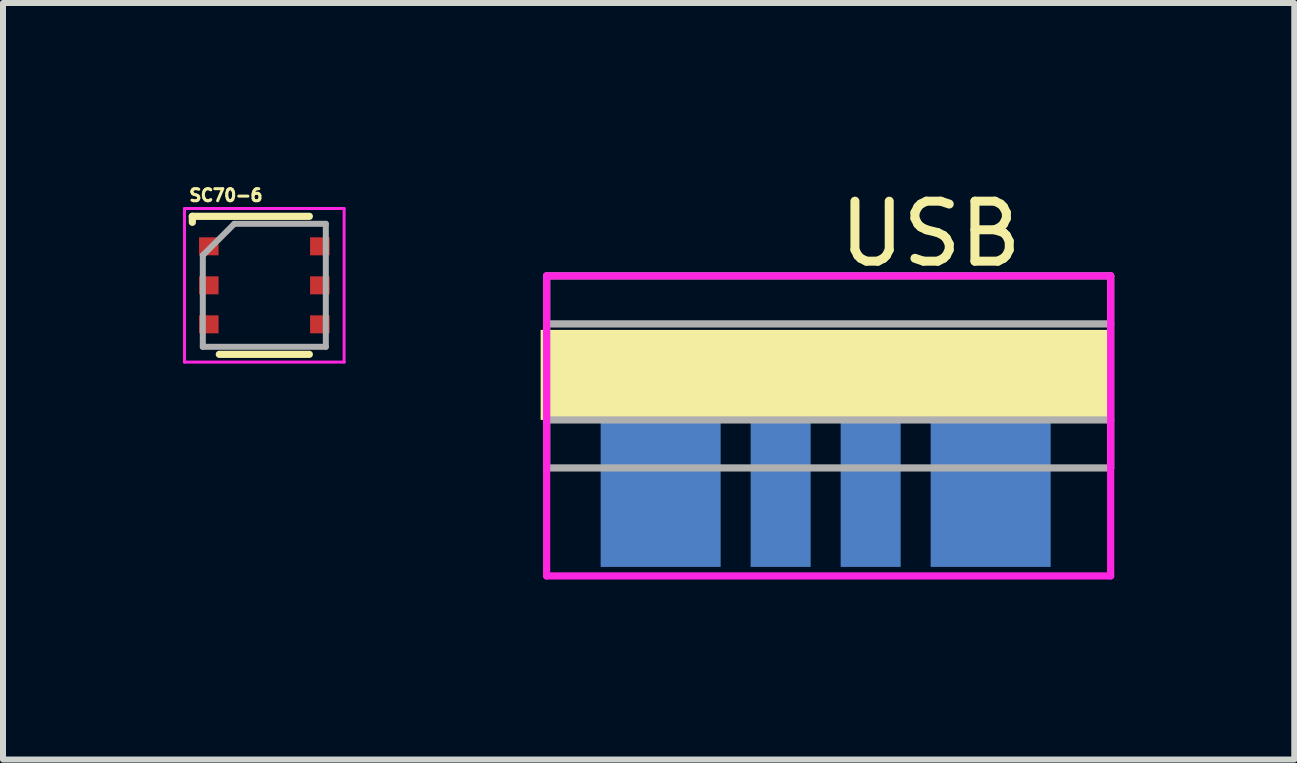
<source format=kicad_pcb>
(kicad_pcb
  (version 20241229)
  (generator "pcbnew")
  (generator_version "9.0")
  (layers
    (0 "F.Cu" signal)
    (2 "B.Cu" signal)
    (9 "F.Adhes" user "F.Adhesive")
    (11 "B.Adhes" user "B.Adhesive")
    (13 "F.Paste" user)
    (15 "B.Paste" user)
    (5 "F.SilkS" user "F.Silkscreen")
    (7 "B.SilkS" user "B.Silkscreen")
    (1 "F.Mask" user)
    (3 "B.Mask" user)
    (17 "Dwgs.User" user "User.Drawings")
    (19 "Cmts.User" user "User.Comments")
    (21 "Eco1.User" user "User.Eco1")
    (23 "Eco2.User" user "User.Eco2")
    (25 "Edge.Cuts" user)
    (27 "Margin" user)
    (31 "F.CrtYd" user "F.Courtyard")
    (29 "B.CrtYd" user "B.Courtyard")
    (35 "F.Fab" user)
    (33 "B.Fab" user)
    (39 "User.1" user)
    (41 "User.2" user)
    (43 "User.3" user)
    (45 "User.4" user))
  (footprint "USB"
    (layer "F.Cu")
    (at 5.96 1.548)
    (property "Reference" "USB" (at 6.5 -0.7 0) (layer "F.SilkS") (effects (font (size 1 1) (thickness 0.15))))
    (attr through_hole)
    (fp_line (start 0.1 0) (end 9.5 0) (stroke (width 0.12) (type solid)) (layer "F.CrtYd"))
    (fp_line (start 0.1 5) (end 0.1 0) (stroke (width 0.12) (type solid)) (layer "F.CrtYd"))
    (fp_line (start 9.5 0) (end 9.5 5) (stroke (width 0.12) (type solid)) (layer "F.CrtYd"))
    (fp_line (start 9.5 5) (end 0.1 5) (stroke (width 0.12) (type solid)) (layer "F.CrtYd"))
    (fp_line (start 0.1 0) (end 9.5 0) (stroke (width 0.12) (type solid)) (layer "F.Fab"))
    (fp_line (start 0.1 0.8) (end 9.5 0.8) (stroke (width 0.12) (type solid)) (layer "F.Fab"))
    (fp_line (start 0.1 2.4) (end 9.5 2.4) (stroke (width 0.12) (type solid)) (layer "F.Fab"))
    (fp_line (start 0.1 3.2) (end 0.1 0) (stroke (width 0.12) (type solid)) (layer "F.Fab"))
    (fp_line (start 9.5 0) (end 9.5 3.2) (stroke (width 0.12) (type solid)) (layer "F.Fab"))
    (fp_line (start 9.5 3.2) (end 0.1 3.2) (stroke (width 0.12) (type solid)) (layer "F.Fab"))
    (pad "" connect rect (at 4.75 1.65) (size 9.5 1.5) (layers "F.SilkS"))
    (pad "1" smd rect (at 2 3.6) (size 2 2.5) (layers "B.Cu" "B.Mask" "B.Paste"))
    (pad "2" smd rect (at 4 3.6) (size 1 2.5) (layers "B.Cu" "B.Mask" "B.Paste"))
    (pad "3" smd rect (at 5.5 3.6) (size 1 2.5) (layers "B.Cu" "B.Mask" "B.Paste"))
    (pad "4" smd rect (at 7.5 3.6) (size 2 2.5) (layers "B.Cu" "B.Mask" "B.Paste")))
  (footprint "SC70-6"
    (layer "F.Cu")
    (at 1.365 1.705)
    (property "Reference" "SC70-6" (at -0.65 -1.5 0) (layer "F.SilkS") (effects (font (size 0.2 0.2) (thickness 0.05))))
    (attr through_hole)
    (fp_line (start -1.21 -1.15) (end -1.21 -1.05) (stroke (width 0.12) (type solid)) (layer "F.SilkS"))
    (fp_line (start -1.21 -1.15) (end 0.74 -1.15) (stroke (width 0.12) (type solid)) (layer "F.SilkS"))
    (fp_line (start 0.74 1.15) (end -0.76 1.15) (stroke (width 0.12) (type solid)) (layer "F.SilkS"))
    (fp_line (start -1.34 -1.28) (end 1.32 -1.28) (stroke (width 0.05) (type solid)) (layer "F.CrtYd"))
    (fp_line (start -1.34 1.28) (end -1.34 -1.28) (stroke (width 0.05) (type solid)) (layer "F.CrtYd"))
    (fp_line (start 1.32 -1.28) (end 1.32 1.28) (stroke (width 0.05) (type solid)) (layer "F.CrtYd"))
    (fp_line (start 1.32 1.28) (end -1.34 1.28) (stroke (width 0.05) (type solid)) (layer "F.CrtYd"))
    (fp_line (start -1.035 -0.5) (end -0.51 -1.025) (stroke (width 0.1) (type solid)) (layer "F.Fab"))
    (fp_line (start -1.035 1.025) (end -1.035 -0.5) (stroke (width 0.1) (type solid)) (layer "F.Fab"))
    (fp_line (start -0.51 -1.025) (end 1.015 -1.025) (stroke (width 0.1) (type solid)) (layer "F.Fab"))
    (fp_line (start 1.015 -1.025) (end 1.015 1.025) (stroke (width 0.1) (type solid)) (layer "F.Fab"))
    (fp_line (start 1.015 1.025) (end -1.035 1.025) (stroke (width 0.1) (type solid)) (layer "F.Fab"))
    (pad "1" smd rect (at -0.935 -0.65) (size 0.325 0.3) (layers "F.Cu" "F.Mask" "F.Paste"))
    (pad "2" smd rect (at -0.935 0) (size 0.325 0.3) (layers "F.Cu" "F.Mask" "F.Paste"))
    (pad "3" smd rect (at -0.935 0.65) (size 0.325 0.3) (layers "F.Cu" "F.Mask" "F.Paste"))
    (pad "4" smd rect (at 0.915 0.65) (size 0.325 0.3) (layers "F.Cu" "F.Mask" "F.Paste"))
    (pad "5" smd rect (at 0.915 0) (size 0.325 0.3) (layers "F.Cu" "F.Mask" "F.Paste"))
    (pad "6" smd rect (at 0.915 -0.65) (size 0.325 0.3) (layers "F.Cu" "F.Mask" "F.Paste")))
  (gr_rect
    (start -3 -3)
    (end 18.52 9.608)
    (stroke (width 0.1) (type default))
    (fill no)
    (layer "Edge.Cuts")))
</source>
